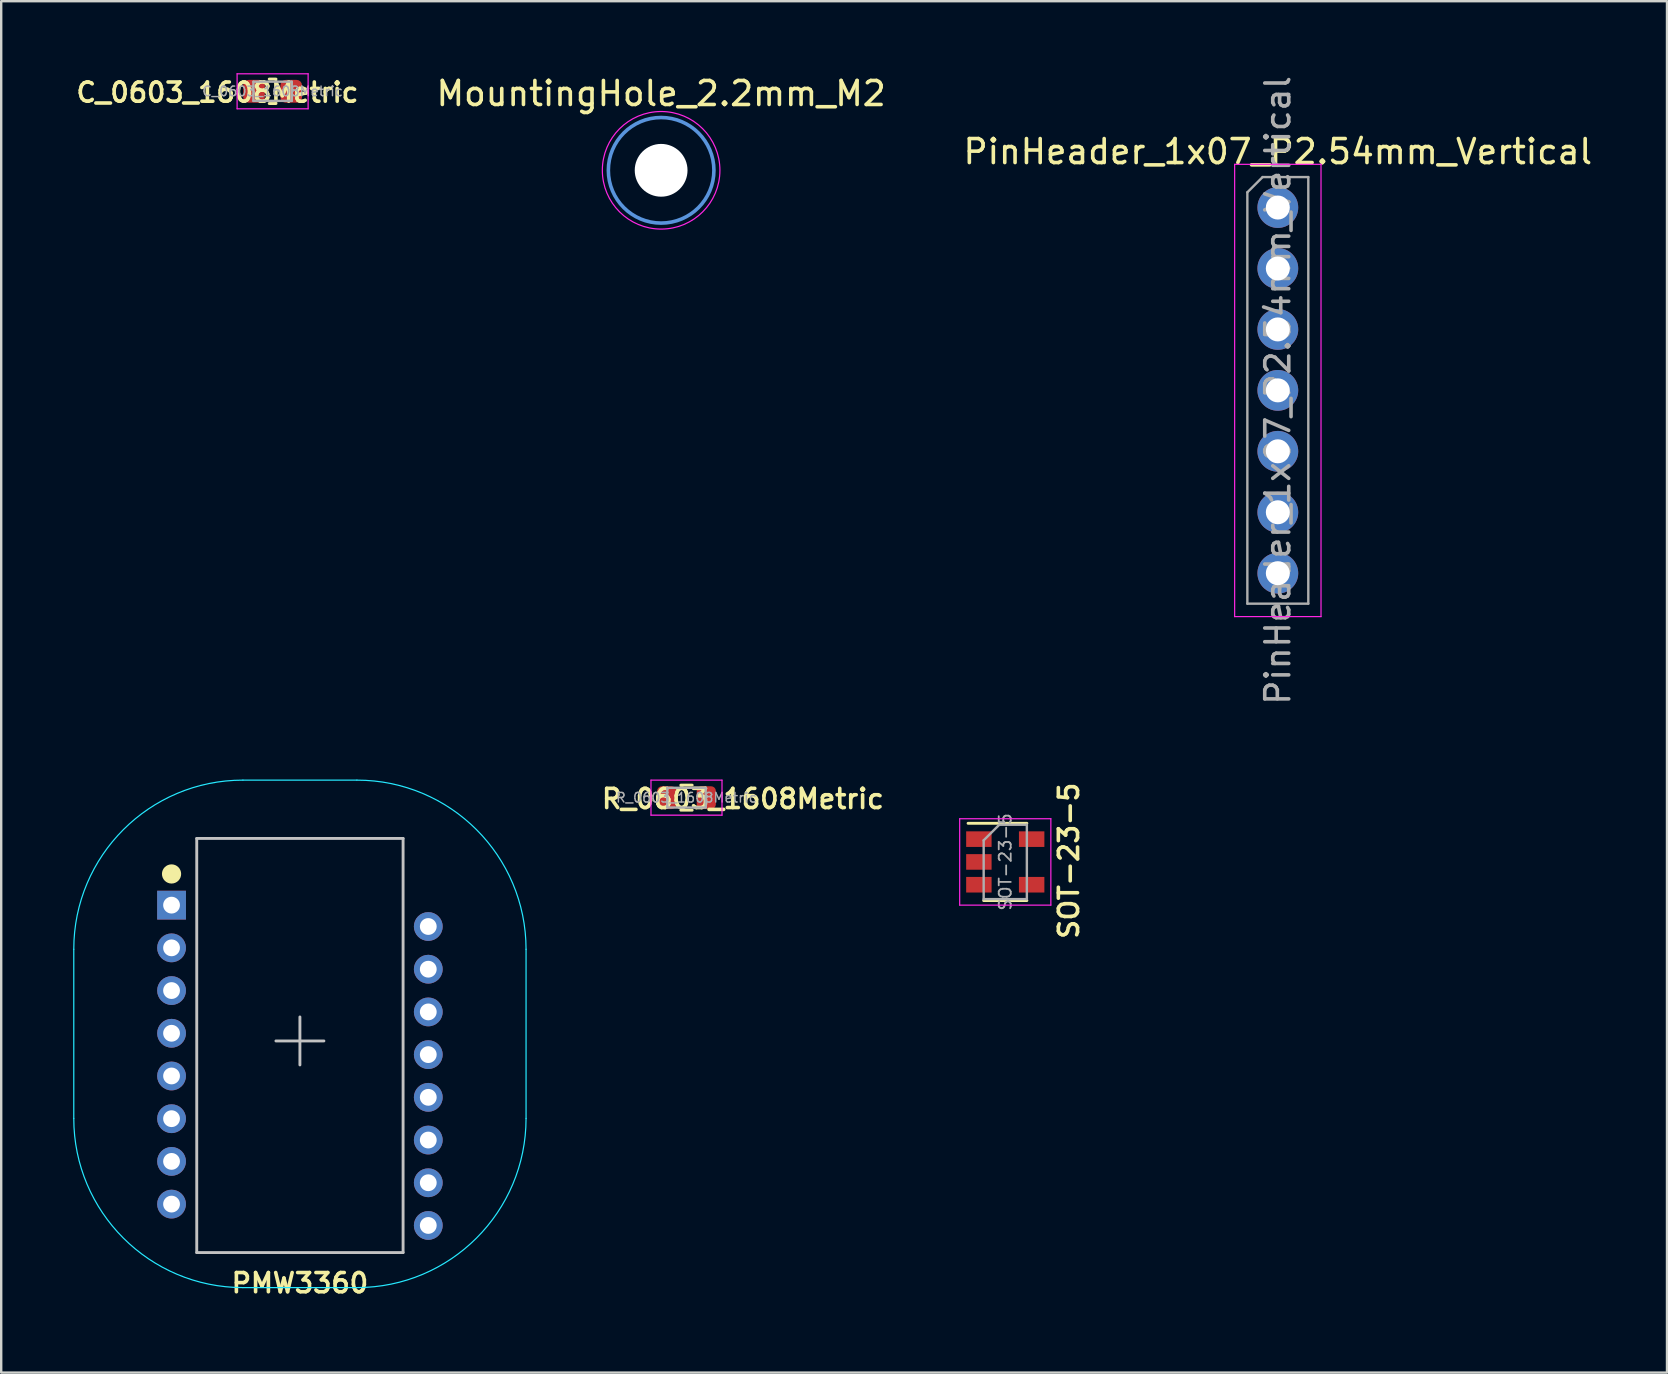
<source format=kicad_pcb>
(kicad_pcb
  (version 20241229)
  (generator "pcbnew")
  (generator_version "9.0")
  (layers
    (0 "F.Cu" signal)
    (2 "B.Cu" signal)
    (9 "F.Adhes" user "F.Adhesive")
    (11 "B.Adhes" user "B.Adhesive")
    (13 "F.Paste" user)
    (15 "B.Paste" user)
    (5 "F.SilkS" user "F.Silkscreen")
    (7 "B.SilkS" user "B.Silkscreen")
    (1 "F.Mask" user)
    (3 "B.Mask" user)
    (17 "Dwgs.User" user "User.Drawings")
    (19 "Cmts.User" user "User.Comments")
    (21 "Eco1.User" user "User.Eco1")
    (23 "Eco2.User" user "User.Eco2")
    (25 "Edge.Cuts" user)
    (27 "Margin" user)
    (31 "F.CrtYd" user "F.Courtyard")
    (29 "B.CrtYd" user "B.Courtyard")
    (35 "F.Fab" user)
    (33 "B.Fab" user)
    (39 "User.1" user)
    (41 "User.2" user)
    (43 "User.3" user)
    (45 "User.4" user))
  (footprint "C_0603_1608Metric"
    (layer "F.Cu")
    (at 8.312 0.755)
    (property "Reference" "C_0603_1608Metric" (at -2.3 0.05 0) (layer "F.SilkS") (effects (font (size 0.8 0.8) (thickness 0.15))))
    (attr smd)
    (fp_line (start -0.141 -0.51) (end 0.141 -0.51) (stroke (width 0.12) (type solid)) (layer "F.SilkS"))
    (fp_line (start -0.141 0.51) (end 0.141 0.51) (stroke (width 0.12) (type solid)) (layer "F.SilkS"))
    (fp_line (start -1.48 -0.73) (end 1.48 -0.73) (stroke (width 0.05) (type solid)) (layer "F.CrtYd"))
    (fp_line (start -1.48 0.73) (end -1.48 -0.73) (stroke (width 0.05) (type solid)) (layer "F.CrtYd"))
    (fp_line (start 1.48 -0.73) (end 1.48 0.73) (stroke (width 0.05) (type solid)) (layer "F.CrtYd"))
    (fp_line (start 1.48 0.73) (end -1.48 0.73) (stroke (width 0.05) (type solid)) (layer "F.CrtYd"))
    (fp_line (start -0.8 -0.4) (end 0.8 -0.4) (stroke (width 0.1) (type solid)) (layer "F.Fab"))
    (fp_line (start -0.8 0.4) (end -0.8 -0.4) (stroke (width 0.1) (type solid)) (layer "F.Fab"))
    (fp_line (start 0.8 -0.4) (end 0.8 0.4) (stroke (width 0.1) (type solid)) (layer "F.Fab"))
    (fp_line (start 0.8 0.4) (end -0.8 0.4) (stroke (width 0.1) (type solid)) (layer "F.Fab"))
    (fp_text user "${REFERENCE}" (at 0 0 0) (layer "F.Fab") (effects (font (size 0.4 0.4) (thickness 0.06))))
    (pad "1" smd roundrect (at -0.775 0) (size 0.9 0.95) (layers "F.Cu" "F.Mask" "F.Paste") (roundrect_rratio 0.25))
    (pad "2" smd roundrect (at 0.775 0) (size 0.9 0.95) (layers "F.Cu" "F.Mask" "F.Paste") (roundrect_rratio 0.25)))
  (footprint "PinHeader_1x07_P2.54mm_Vertical"
    (layer "F.Cu")
    (at 50.208 5.6)
    (property "Reference" "PinHeader_1x07_P2.54mm_Vertical" (at 0 -2.33 0) (layer "F.SilkS") (effects (font (size 1 1) (thickness 0.15))))
    (attr through_hole)
    (fp_line (start -1.8 -1.8) (end -1.8 17.05) (stroke (width 0.05) (type solid)) (layer "F.CrtYd"))
    (fp_line (start -1.8 17.05) (end 1.8 17.05) (stroke (width 0.05) (type solid)) (layer "F.CrtYd"))
    (fp_line (start 1.8 -1.8) (end -1.8 -1.8) (stroke (width 0.05) (type solid)) (layer "F.CrtYd"))
    (fp_line (start 1.8 17.05) (end 1.8 -1.8) (stroke (width 0.05) (type solid)) (layer "F.CrtYd"))
    (fp_line (start -1.27 -0.635) (end -0.635 -1.27) (stroke (width 0.1) (type solid)) (layer "F.Fab"))
    (fp_line (start -1.27 16.51) (end -1.27 -0.635) (stroke (width 0.1) (type solid)) (layer "F.Fab"))
    (fp_line (start -0.635 -1.27) (end 1.27 -1.27) (stroke (width 0.1) (type solid)) (layer "F.Fab"))
    (fp_line (start 1.27 -1.27) (end 1.27 16.51) (stroke (width 0.1) (type solid)) (layer "F.Fab"))
    (fp_line (start 1.27 16.51) (end -1.27 16.51) (stroke (width 0.1) (type solid)) (layer "F.Fab"))
    (fp_text user "${REFERENCE}" (at 0 7.62 270) (layer "F.Fab") (effects (font (size 1 1) (thickness 0.15))))
    (pad "1" thru_hole circle (at 0 0) (size 1.7 1.7) (drill 1) (layers "*.Cu" "*.Mask"))
    (pad "2" thru_hole oval (at 0 2.54) (size 1.7 1.7) (drill 1) (layers "*.Cu" "*.Mask"))
    (pad "3" thru_hole oval (at 0 5.08) (size 1.7 1.7) (drill 1) (layers "*.Cu" "*.Mask"))
    (pad "4" thru_hole oval (at 0 7.62) (size 1.7 1.7) (drill 1) (layers "*.Cu" "*.Mask"))
    (pad "5" thru_hole oval (at 0 10.16) (size 1.7 1.7) (drill 1) (layers "*.Cu" "*.Mask"))
    (pad "6" thru_hole oval (at 0 12.7) (size 1.7 1.7) (drill 1) (layers "*.Cu" "*.Mask"))
    (pad "7" thru_hole oval (at 0 15.24) (size 1.7 1.7) (drill 1) (layers "*.Cu" "*.Mask")))
  (footprint "SOT-23-5"
    (layer "F.Cu")
    (at 38.848 32.874)
    (property "Reference" "SOT-23-5" (at 2.65 -0.05 270) (layer "F.SilkS") (effects (font (size 0.8 0.8) (thickness 0.15))))
    (attr smd)
    (fp_line (start -0.9 1.61) (end 0.9 1.61) (stroke (width 0.12) (type solid)) (layer "F.SilkS"))
    (fp_line (start 0.9 -1.61) (end -1.55 -1.61) (stroke (width 0.12) (type solid)) (layer "F.SilkS"))
    (fp_line (start -1.9 -1.8) (end 1.9 -1.8) (stroke (width 0.05) (type solid)) (layer "F.CrtYd"))
    (fp_line (start -1.9 1.8) (end -1.9 -1.8) (stroke (width 0.05) (type solid)) (layer "F.CrtYd"))
    (fp_line (start 1.9 -1.8) (end 1.9 1.8) (stroke (width 0.05) (type solid)) (layer "F.CrtYd"))
    (fp_line (start 1.9 1.8) (end -1.9 1.8) (stroke (width 0.05) (type solid)) (layer "F.CrtYd"))
    (fp_line (start -0.9 -0.9) (end -0.9 1.55) (stroke (width 0.1) (type solid)) (layer "F.Fab"))
    (fp_line (start -0.9 -0.9) (end -0.25 -1.55) (stroke (width 0.1) (type solid)) (layer "F.Fab"))
    (fp_line (start 0.9 -1.55) (end -0.25 -1.55) (stroke (width 0.1) (type solid)) (layer "F.Fab"))
    (fp_line (start 0.9 -1.55) (end 0.9 1.55) (stroke (width 0.1) (type solid)) (layer "F.Fab"))
    (fp_line (start 0.9 1.55) (end -0.9 1.55) (stroke (width 0.1) (type solid)) (layer "F.Fab"))
    (fp_text user "${REFERENCE}" (at 0 0 90) (layer "F.Fab") (effects (font (size 0.5 0.5) (thickness 0.075))))
    (pad "1" smd rect (at -1.1 -0.95) (size 1.06 0.65) (layers "F.Cu" "F.Mask" "F.Paste"))
    (pad "2" smd rect (at -1.1 0) (size 1.06 0.65) (layers "F.Cu" "F.Mask" "F.Paste"))
    (pad "3" smd rect (at -1.1 0.95) (size 1.06 0.65) (layers "F.Cu" "F.Mask" "F.Paste"))
    (pad "4" smd rect (at 1.1 0.95) (size 1.06 0.65) (layers "F.Cu" "F.Mask" "F.Paste"))
    (pad "5" smd rect (at 1.1 -0.95) (size 1.06 0.65) (layers "F.Cu" "F.Mask" "F.Paste")))
  (footprint "PMW3360"
    (layer "F.Cu")
    (at 4.1 34.675)
    (property "Reference" "PMW3360" (at 5.35 15.75 0) (layer "F.SilkS") (effects (font (size 0.8 0.8) (thickness 0.15))))
    (attr through_hole)
    (fp_circle (center 0 -1.3) (end 0.2 -1.3) (stroke (width 0.4) (type solid)) (fill no) (layer "F.SilkS"))
    (fp_line (start 1.05 -2.78) (end 1.05 14.48) (stroke (width 0.12) (type solid)) (layer "Dwgs.User"))
    (fp_line (start 1.05 -2.78) (end 9.65 -2.78) (stroke (width 0.12) (type solid)) (layer "Dwgs.User"))
    (fp_line (start 1.05 14.48) (end 9.65 14.48) (stroke (width 0.12) (type solid)) (layer "Dwgs.User"))
    (fp_line (start 4.35 5.66) (end 6.35 5.66) (stroke (width 0.12) (type solid)) (layer "Dwgs.User"))
    (fp_line (start 5.35 4.66) (end 5.35 6.66) (stroke (width 0.12) (type solid)) (layer "Dwgs.User"))
    (fp_line (start 9.65 -2.78) (end 9.65 14.48) (stroke (width 0.12) (type solid)) (layer "Dwgs.User"))
    (fp_line (start -4.075 1.84) (end -4.075 8.89) (stroke (width 0.05) (type solid)) (layer "B.CrtYd"))
    (fp_line (start 2.975 -5.21) (end 7.725 -5.21) (stroke (width 0.05) (type solid)) (layer "B.CrtYd"))
    (fp_line (start 2.975 15.94) (end 7.725 15.94) (stroke (width 0.05) (type solid)) (layer "B.CrtYd"))
    (fp_line (start 14.775 1.84) (end 14.775 8.89) (stroke (width 0.05) (type solid)) (layer "B.CrtYd"))
    (fp_arc (start -4.075 1.84) (mid -2.010103 -3.145103) (end 2.975 -5.21) (stroke (width 0.05) (type solid)) (layer "B.CrtYd"))
    (fp_arc (start 2.975 15.94) (mid -2.010103 13.875103) (end -4.075 8.89) (stroke (width 0.05) (type solid)) (layer "B.CrtYd"))
    (fp_arc (start 7.725 -5.21) (mid 12.710103 -3.145103) (end 14.775 1.84) (stroke (width 0.05) (type solid)) (layer "B.CrtYd"))
    (fp_arc (start 14.775 8.89) (mid 12.710103 13.875103) (end 7.725 15.94) (stroke (width 0.05) (type solid)) (layer "B.CrtYd"))
    (pad "1" thru_hole rect (at 0 0) (size 1.2 1.2) (drill 0.7) (layers "*.Cu" "*.Mask"))
    (pad "2" thru_hole circle (at 0 1.78) (size 1.2 1.2) (drill 0.7) (layers "*.Cu" "*.Mask"))
    (pad "3" thru_hole circle (at 0 3.56) (size 1.2 1.2) (drill 0.7) (layers "*.Cu" "*.Mask"))
    (pad "4" thru_hole circle (at 0 5.34) (size 1.2 1.2) (drill 0.7) (layers "*.Cu" "*.Mask"))
    (pad "5" thru_hole circle (at 0 7.12) (size 1.2 1.2) (drill 0.7) (layers "*.Cu" "*.Mask"))
    (pad "6" thru_hole circle (at 0 8.9) (size 1.2 1.2) (drill 0.7) (layers "*.Cu" "*.Mask"))
    (pad "7" thru_hole circle (at 0 10.68) (size 1.2 1.2) (drill 0.7) (layers "*.Cu" "*.Mask"))
    (pad "8" thru_hole circle (at 0 12.46) (size 1.2 1.2) (drill 0.7) (layers "*.Cu" "*.Mask"))
    (pad "9" thru_hole circle (at 10.7 13.35) (size 1.2 1.2) (drill 0.7) (layers "*.Cu" "*.Mask"))
    (pad "10" thru_hole circle (at 10.7 11.57) (size 1.2 1.2) (drill 0.7) (layers "*.Cu" "*.Mask"))
    (pad "11" thru_hole circle (at 10.7 9.79) (size 1.2 1.2) (drill 0.7) (layers "*.Cu" "*.Mask"))
    (pad "12" thru_hole circle (at 10.7 8.01) (size 1.2 1.2) (drill 0.7) (layers "*.Cu" "*.Mask"))
    (pad "13" thru_hole circle (at 10.7 6.23) (size 1.2 1.2) (drill 0.7) (layers "*.Cu" "*.Mask"))
    (pad "14" thru_hole circle (at 10.7 4.45) (size 1.2 1.2) (drill 0.7) (layers "*.Cu" "*.Mask"))
    (pad "15" thru_hole circle (at 10.7 2.67) (size 1.2 1.2) (drill 0.7) (layers "*.Cu" "*.Mask"))
    (pad "16" thru_hole circle (at 10.7 0.89) (size 1.2 1.2) (drill 0.7) (layers "*.Cu" "*.Mask")))
  (footprint "R_0603_1608Metric"
    (layer "F.Cu")
    (at 25.562 30.195)
    (property "Reference" "R_0603_1608Metric" (at 2.35 0.05 0) (layer "F.SilkS") (effects (font (size 0.8 0.8) (thickness 0.15))))
    (attr smd)
    (fp_line (start -0.237 -0.522) (end 0.237 -0.522) (stroke (width 0.12) (type solid)) (layer "F.SilkS"))
    (fp_line (start -0.237 0.522) (end 0.237 0.522) (stroke (width 0.12) (type solid)) (layer "F.SilkS"))
    (fp_line (start -1.48 -0.73) (end 1.48 -0.73) (stroke (width 0.05) (type solid)) (layer "F.CrtYd"))
    (fp_line (start -1.48 0.73) (end -1.48 -0.73) (stroke (width 0.05) (type solid)) (layer "F.CrtYd"))
    (fp_line (start 1.48 -0.73) (end 1.48 0.73) (stroke (width 0.05) (type solid)) (layer "F.CrtYd"))
    (fp_line (start 1.48 0.73) (end -1.48 0.73) (stroke (width 0.05) (type solid)) (layer "F.CrtYd"))
    (fp_line (start -0.8 -0.412) (end 0.8 -0.412) (stroke (width 0.1) (type solid)) (layer "F.Fab"))
    (fp_line (start -0.8 0.412) (end -0.8 -0.412) (stroke (width 0.1) (type solid)) (layer "F.Fab"))
    (fp_line (start 0.8 -0.412) (end 0.8 0.412) (stroke (width 0.1) (type solid)) (layer "F.Fab"))
    (fp_line (start 0.8 0.412) (end -0.8 0.412) (stroke (width 0.1) (type solid)) (layer "F.Fab"))
    (fp_text user "${REFERENCE}" (at 0 0 0) (layer "F.Fab") (effects (font (size 0.4 0.4) (thickness 0.06))))
    (pad "1" smd roundrect (at -0.825 0) (size 0.8 0.95) (layers "F.Cu" "F.Mask" "F.Paste") (roundrect_rratio 0.25))
    (pad "2" smd roundrect (at 0.825 0) (size 0.8 0.95) (layers "F.Cu" "F.Mask" "F.Paste") (roundrect_rratio 0.25)))
  (footprint "MountingHole_2.2mm_M2"
    (layer "F.Cu")
    (at 24.505 4.048)
    (property "Reference" "MountingHole_2.2mm_M2" (at 0 -3.2 0) (layer "F.SilkS") (effects (font (size 1 1) (thickness 0.15))))
    (attr exclude_from_pos_files exclude_from_bom)
    (fp_circle (center 0 0) (end 2.2 0) (stroke (width 0.15) (type solid)) (fill no) (layer "Cmts.User"))
    (fp_circle (center 0 0) (end 2.45 0) (stroke (width 0.05) (type solid)) (fill no) (layer "F.CrtYd"))
    (pad "" np_thru_hole circle (at 0 0) (size 2.2 2.2) (drill 2.2) (layers "*.Cu" "*.Mask")))
  (gr_rect
    (start -3 -3)
    (end 66.428 54.157)
    (stroke (width 0.1) (type default))
    (fill no)
    (layer "Edge.Cuts")))
</source>
